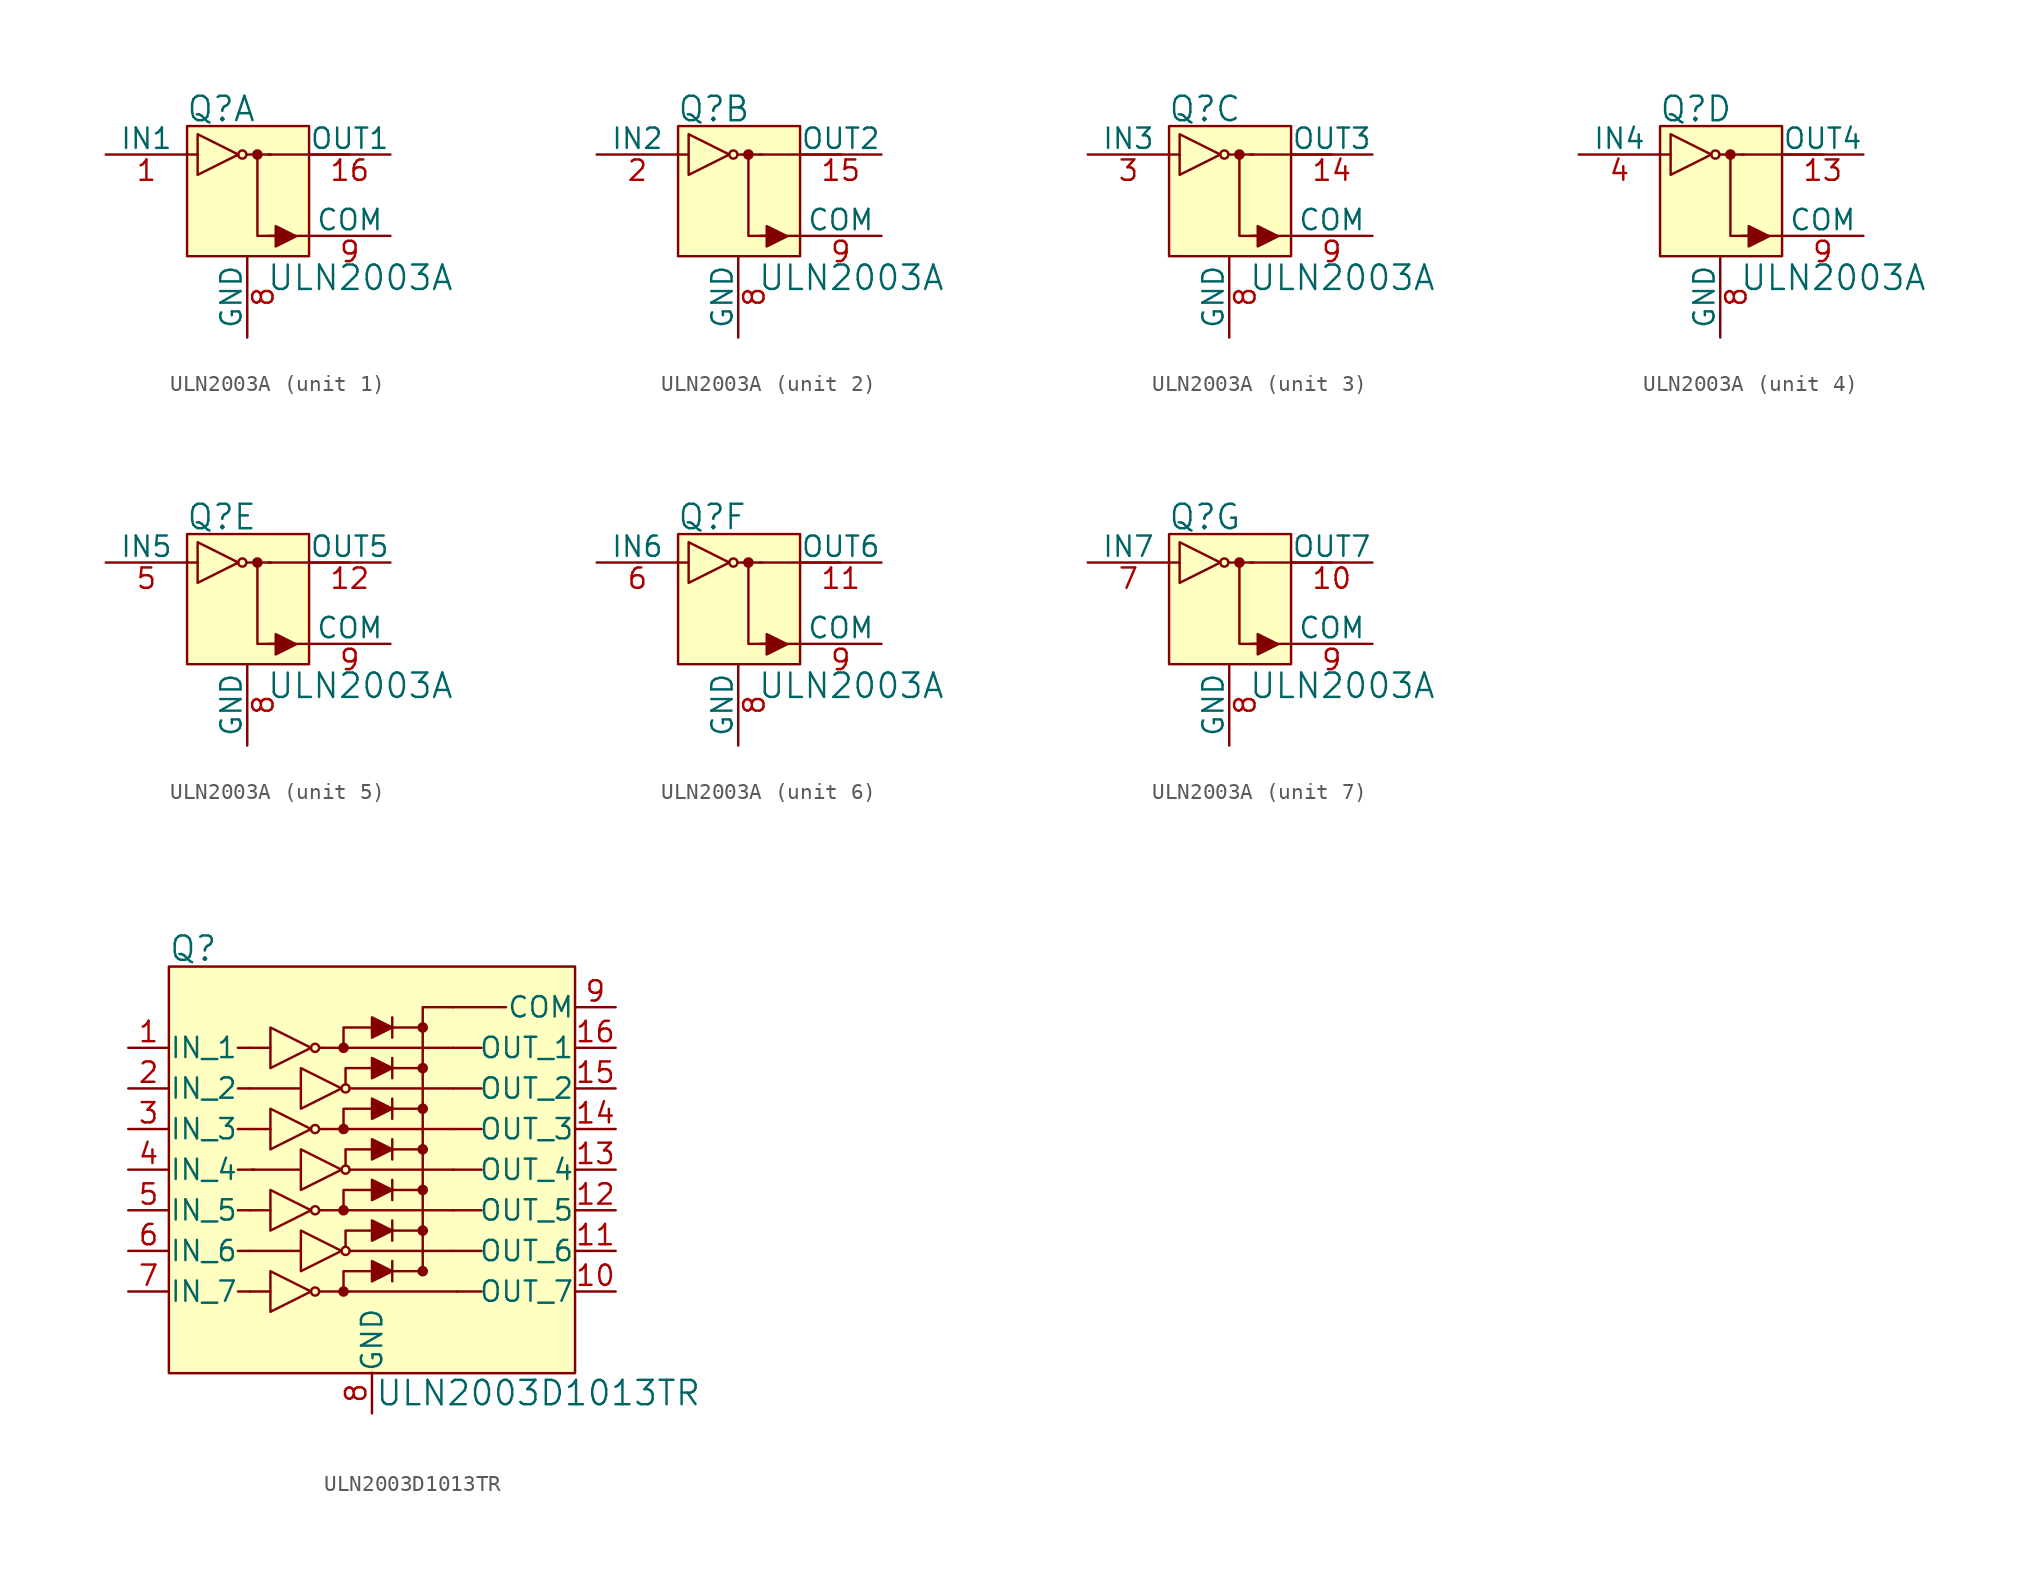
<source format=kicad_sym>
(kicad_symbol_lib
  (version 20220914)
  (generator kicad_symbol_editor)
  (symbol "ULN2003A"
    (pin_names
      (offset 0))
    (property "Reference" "Q"
      (at -3.835 5.41 0)
      (effects (font (size 1.524 1.524)) (justify left)))
    (property "Value" "ULN2003A"
      (at 1.194 -5.131 0)
      (effects (font (size 1.524 1.524)) (justify left)))
    (property "ki_locked" ""
      (at 0 0 0)
      (effects (font (size 1.27 1.27))))
    (symbol "ULN2003A_0_1"
      (rectangle (start -3.759 4.343) (end 3.861 -3.785) (stroke (width 0) (type default)) (fill (type background)))
      (circle (center -0.305 2.565) (radius 0.254) (stroke (width 0) (type default)) (fill (type none)))
      (polyline (pts (xy -3.785 2.565) (xy -3.099 2.565)) (stroke (width 0) (type default)) (fill (type none)))
      (polyline (pts (xy -0.051 2.565) (xy 1.473 2.565)) (stroke (width 0) (type default)) (fill (type none)))
      (polyline (pts (xy 1.321 2.565) (xy 6.401 2.565)) (stroke (width 0) (type default)) (fill (type none)))
      (polyline (pts (xy 3.861 -2.515) (xy 1.321 -2.515)) (stroke (width 0) (type default)) (fill (type none)))
      (polyline (pts (xy 2.159 -2.515) (xy 0.635 -2.515) (xy 0.635 2.565)) (stroke (width 0) (type default)) (fill (type none)))
      (polyline (pts (xy -3.099 3.835) (xy -3.099 1.295) (xy -0.559 2.565) (xy -3.099 3.835)) (stroke (width 0) (type default)) (fill (type none)))
      (polyline (pts (xy 1.778 -1.905) (xy 1.778 -3.175) (xy 3.048 -2.54) (xy 1.778 -1.905)) (stroke (width 0) (type default)) (fill (type outline)))
      (circle (center 0.635 2.565) (radius 0.254) (stroke (width 0) (type default)) (fill (type outline)))
      (pin power_in line (at 0 -8.865 90) (length 5.08) (name "GND" (effects (font (size 1.27 1.27)))) (number "8" (effects (font (size 1.27 1.27)))))
      (pin output line (at 8.941 -2.515 180) (length 5.08) (name "COM" (effects (font (size 1.27 1.27)))) (number "9" (effects (font (size 1.27 1.27))))))
    (symbol "ULN2003A_1_1"
      (pin input line (at -8.839 2.565 0) (length 5.08) (name "IN1" (effects (font (size 1.27 1.27)))) (number "1" (effects (font (size 1.27 1.27)))))
      (pin output line (at 8.941 2.565 180) (length 5.08) (name "OUT1" (effects (font (size 1.27 1.27)))) (number "16" (effects (font (size 1.27 1.27))))))
    (symbol "ULN2003A_2_1"
      (pin output line (at 8.941 2.565 180) (length 5.08) (name "OUT2" (effects (font (size 1.27 1.27)))) (number "15" (effects (font (size 1.27 1.27)))))
      (pin input line (at -8.839 2.565 0) (length 5.08) (name "IN2" (effects (font (size 1.27 1.27)))) (number "2" (effects (font (size 1.27 1.27))))))
    (symbol "ULN2003A_3_1"
      (pin output line (at 8.941 2.565 180) (length 5.08) (name "OUT3" (effects (font (size 1.27 1.27)))) (number "14" (effects (font (size 1.27 1.27)))))
      (pin input line (at -8.839 2.565 0) (length 5.08) (name "IN3" (effects (font (size 1.27 1.27)))) (number "3" (effects (font (size 1.27 1.27))))))
    (symbol "ULN2003A_4_1"
      (pin output line (at 8.941 2.565 180) (length 5.08) (name "OUT4" (effects (font (size 1.27 1.27)))) (number "13" (effects (font (size 1.27 1.27)))))
      (pin input line (at -8.839 2.565 0) (length 5.08) (name "IN4" (effects (font (size 1.27 1.27)))) (number "4" (effects (font (size 1.27 1.27))))))
    (symbol "ULN2003A_5_1"
      (pin output line (at 8.941 2.565 180) (length 5.08) (name "OUT5" (effects (font (size 1.27 1.27)))) (number "12" (effects (font (size 1.27 1.27)))))
      (pin input line (at -8.839 2.565 0) (length 5.08) (name "IN5" (effects (font (size 1.27 1.27)))) (number "5" (effects (font (size 1.27 1.27))))))
    (symbol "ULN2003A_6_1"
      (pin output line (at 8.941 2.565 180) (length 5.08) (name "OUT6" (effects (font (size 1.27 1.27)))) (number "11" (effects (font (size 1.27 1.27)))))
      (pin input line (at -8.839 2.565 0) (length 5.08) (name "IN6" (effects (font (size 1.27 1.27)))) (number "6" (effects (font (size 1.27 1.27))))))
    (symbol "ULN2003A_7_1"
      (pin output line (at 8.941 2.565 180) (length 5.08) (name "OUT7" (effects (font (size 1.27 1.27)))) (number "10" (effects (font (size 1.27 1.27)))))
      (pin input line (at -8.839 2.565 0) (length 5.08) (name "IN7" (effects (font (size 1.27 1.27)))) (number "7" (effects (font (size 1.27 1.27)))))))
  (symbol "ULN2003D1013TR"
    (pin_names
      (offset 0.025))
    (property "Reference" "Q"
      (at -12.725 13.818 0)
      (effects (font (size 1.524 1.524)) (justify left)))
    (property "Value" "ULN2003D1013TR"
      (at 0.178 -13.97 0)
      (effects (font (size 1.524 1.524)) (justify left)))
    (symbol "ULN2003D1013TR_0_1"
      (polyline (pts (xy -7.62 -7.62) (xy -8.382 -7.62)) (stroke (width 0) (type default)) (fill (type none)))
      (polyline (pts (xy -7.62 -5.08) (xy -8.382 -5.08)) (stroke (width 0) (type default)) (fill (type none)))
      (polyline (pts (xy -7.62 -2.54) (xy -8.382 -2.54)) (stroke (width 0) (type default)) (fill (type none)))
      (polyline (pts (xy -7.62 2.54) (xy -8.382 2.54)) (stroke (width 0) (type default)) (fill (type none)))
      (polyline (pts (xy -7.62 5.08) (xy -8.382 5.08)) (stroke (width 0) (type default)) (fill (type none)))
      (polyline (pts (xy -7.62 7.62) (xy -8.382 7.62)) (stroke (width 0) (type default)) (fill (type none)))
      (polyline (pts (xy -7.366 0) (xy -8.382 0)) (stroke (width 0) (type default)) (fill (type none)))
      (polyline (pts (xy 5.08 -5.08) (xy 6.858 -5.08)) (stroke (width 0) (type default)) (fill (type none)))
      (polyline (pts (xy 5.08 -2.54) (xy 6.858 -2.54)) (stroke (width 0) (type default)) (fill (type none)))
      (polyline (pts (xy 5.08 0) (xy 6.858 0)) (stroke (width 0) (type default)) (fill (type none)))
      (polyline (pts (xy 5.08 2.54) (xy 6.858 2.54)) (stroke (width 0) (type default)) (fill (type none)))
      (polyline (pts (xy 5.08 5.08) (xy 6.858 5.08)) (stroke (width 0) (type default)) (fill (type none)))
      (polyline (pts (xy 5.08 7.62) (xy 6.858 7.62)) (stroke (width 0) (type default)) (fill (type none)))
      (polyline (pts (xy 5.08 10.16) (xy 8.382 10.16)) (stroke (width 0) (type default)) (fill (type none)))
      (polyline (pts (xy 5.334 -7.62) (xy 6.858 -7.62)) (stroke (width 0) (type default)) (fill (type none))))
    (symbol "ULN2003D1013TR_1_1"
      (rectangle (start -12.7 12.7) (end 12.7 -12.725) (stroke (width 0) (type default)) (fill (type background)))
      (circle (center -3.556 -7.62) (radius 0.254) (stroke (width 0) (type default)) (fill (type none)))
      (circle (center -3.556 -2.54) (radius 0.254) (stroke (width 0) (type default)) (fill (type none)))
      (circle (center -3.556 2.54) (radius 0.254) (stroke (width 0) (type default)) (fill (type none)))
      (circle (center -3.556 7.62) (radius 0.254) (stroke (width 0) (type default)) (fill (type none)))
      (circle (center -1.778 -7.62) (radius 0.254) (stroke (width 0) (type default)) (fill (type outline)))
      (circle (center -1.778 -2.54) (radius 0.254) (stroke (width 0) (type default)) (fill (type outline)))
      (circle (center -1.778 2.54) (radius 0.254) (stroke (width 0) (type default)) (fill (type outline)))
      (circle (center -1.778 7.62) (radius 0.254) (stroke (width 0) (type default)) (fill (type outline)))
      (circle (center -1.651 -5.08) (radius 0.254) (stroke (width 0) (type default)) (fill (type none)))
      (circle (center -1.651 0) (radius 0.254) (stroke (width 0) (type default)) (fill (type none)))
      (circle (center -1.651 5.08) (radius 0.254) (stroke (width 0) (type default)) (fill (type none)))
      (polyline (pts (xy -7.62 -5.08) (xy -4.445 -5.08)) (stroke (width 0) (type default)) (fill (type none)))
      (polyline (pts (xy -7.62 5.08) (xy -4.445 5.08)) (stroke (width 0) (type default)) (fill (type none)))
      (polyline (pts (xy -7.493 0) (xy -4.445 0)) (stroke (width 0) (type default)) (fill (type none)))
      (polyline (pts (xy -6.35 -7.62) (xy -7.62 -7.62)) (stroke (width 0) (type default)) (fill (type none)))
      (polyline (pts (xy -6.35 -2.54) (xy -7.62 -2.54)) (stroke (width 0) (type default)) (fill (type none)))
      (polyline (pts (xy -6.35 2.54) (xy -7.62 2.54)) (stroke (width 0) (type default)) (fill (type none)))
      (polyline (pts (xy -6.35 7.62) (xy -7.62 7.62)) (stroke (width 0) (type default)) (fill (type none)))
      (polyline (pts (xy -3.302 -7.62) (xy 5.334 -7.62)) (stroke (width 0) (type default)) (fill (type none)))
      (polyline (pts (xy -3.302 -2.54) (xy 5.08 -2.54)) (stroke (width 0) (type default)) (fill (type none)))
      (polyline (pts (xy -3.302 2.54) (xy 5.08 2.54)) (stroke (width 0) (type default)) (fill (type none)))
      (polyline (pts (xy -3.302 7.62) (xy -3.048 7.62)) (stroke (width 0) (type default)) (fill (type none)))
      (polyline (pts (xy -3.048 7.62) (xy 5.08 7.62)) (stroke (width 0) (type default)) (fill (type none)))
      (polyline (pts (xy -1.397 -5.08) (xy 5.08 -5.08)) (stroke (width 0) (type default)) (fill (type none)))
      (polyline (pts (xy -1.397 0) (xy 5.08 0)) (stroke (width 0) (type default)) (fill (type none)))
      (polyline (pts (xy -1.397 5.08) (xy 5.08 5.08)) (stroke (width 0) (type default)) (fill (type none)))
      (polyline (pts (xy 1.27 -5.715) (xy 1.27 -6.985)) (stroke (width 0) (type default)) (fill (type none)))
      (polyline (pts (xy 1.27 -3.81) (xy 3.175 -3.81)) (stroke (width 0) (type default)) (fill (type none)))
      (polyline (pts (xy 1.27 -3.175) (xy 1.27 -4.445)) (stroke (width 0) (type default)) (fill (type none)))
      (polyline (pts (xy 1.27 -1.27) (xy 3.175 -1.27)) (stroke (width 0) (type default)) (fill (type none)))
      (polyline (pts (xy 1.27 -0.635) (xy 1.27 -1.905)) (stroke (width 0) (type default)) (fill (type none)))
      (polyline (pts (xy 1.27 1.27) (xy 3.175 1.27)) (stroke (width 0) (type default)) (fill (type none)))
      (polyline (pts (xy 1.27 1.905) (xy 1.27 0.635)) (stroke (width 0) (type default)) (fill (type none)))
      (polyline (pts (xy 1.27 3.81) (xy 3.175 3.81)) (stroke (width 0) (type default)) (fill (type none)))
      (polyline (pts (xy 1.27 4.445) (xy 1.27 3.175)) (stroke (width 0) (type default)) (fill (type none)))
      (polyline (pts (xy 1.27 6.35) (xy 3.175 6.35)) (stroke (width 0) (type default)) (fill (type none)))
      (polyline (pts (xy 1.27 6.985) (xy 1.27 5.715)) (stroke (width 0) (type default)) (fill (type none)))
      (polyline (pts (xy 1.27 8.89) (xy 3.175 8.89)) (stroke (width 0) (type default)) (fill (type none)))
      (polyline (pts (xy 1.27 9.525) (xy 1.27 8.255)) (stroke (width 0) (type default)) (fill (type none)))
      (polyline (pts (xy 3.175 -6.35) (xy 1.27 -6.35)) (stroke (width 0) (type default)) (fill (type none)))
      (polyline (pts (xy -1.778 -7.62) (xy -1.778 -6.35) (xy 0 -6.35)) (stroke (width 0) (type default)) (fill (type none)))
      (polyline (pts (xy -1.778 -2.54) (xy -1.778 -1.27) (xy 0 -1.27)) (stroke (width 0) (type default)) (fill (type none)))
      (polyline (pts (xy -1.778 2.54) (xy -1.778 3.81) (xy 0 3.81)) (stroke (width 0) (type default)) (fill (type none)))
      (polyline (pts (xy -1.651 -4.826) (xy -1.651 -3.81) (xy 0 -3.81)) (stroke (width 0) (type default)) (fill (type none)))
      (polyline (pts (xy -1.651 0.254) (xy -1.651 1.27) (xy 0.127 1.27)) (stroke (width 0) (type default)) (fill (type none)))
      (polyline (pts (xy -1.651 5.334) (xy -1.651 6.35) (xy 0.127 6.35)) (stroke (width 0) (type default)) (fill (type none)))
      (polyline (pts (xy 0 8.89) (xy -1.778 8.89) (xy -1.778 7.62)) (stroke (width 0) (type default)) (fill (type none)))
      (polyline (pts (xy 3.175 -6.35) (xy 3.175 10.16) (xy 5.08 10.16)) (stroke (width 0) (type default)) (fill (type none)))
      (polyline (pts (xy -6.35 -6.35) (xy -6.35 -8.89) (xy -3.81 -7.62) (xy -6.35 -6.35)) (stroke (width 0) (type default)) (fill (type none)))
      (polyline (pts (xy -6.35 -1.27) (xy -6.35 -3.81) (xy -3.81 -2.54) (xy -6.35 -1.27)) (stroke (width 0) (type default)) (fill (type none)))
      (polyline (pts (xy -6.35 3.81) (xy -6.35 1.27) (xy -3.81 2.54) (xy -6.35 3.81)) (stroke (width 0) (type default)) (fill (type none)))
      (polyline (pts (xy -6.35 8.89) (xy -6.35 6.35) (xy -3.81 7.62) (xy -6.35 8.89)) (stroke (width 0) (type default)) (fill (type none)))
      (polyline (pts (xy -4.445 -3.81) (xy -4.445 -6.35) (xy -1.905 -5.08) (xy -4.445 -3.81)) (stroke (width 0) (type default)) (fill (type none)))
      (polyline (pts (xy -4.445 1.27) (xy -4.445 -1.27) (xy -1.905 0) (xy -4.445 1.27)) (stroke (width 0) (type default)) (fill (type none)))
      (polyline (pts (xy -4.445 6.35) (xy -4.445 3.81) (xy -1.905 5.08) (xy -4.445 6.35)) (stroke (width 0) (type default)) (fill (type none)))
      (polyline (pts (xy 0 -5.715) (xy 0 -6.985) (xy 1.27 -6.35) (xy 0 -5.715)) (stroke (width 0) (type default)) (fill (type outline)))
      (polyline (pts (xy 0 -3.175) (xy 0 -4.445) (xy 1.27 -3.81) (xy 0 -3.175)) (stroke (width 0) (type default)) (fill (type outline)))
      (polyline (pts (xy 0 -0.635) (xy 0 -1.905) (xy 1.27 -1.27) (xy 0 -0.635)) (stroke (width 0) (type default)) (fill (type outline)))
      (polyline (pts (xy 0 1.905) (xy 0 0.635) (xy 1.27 1.27) (xy 0 1.905)) (stroke (width 0) (type default)) (fill (type outline)))
      (polyline (pts (xy 0 4.445) (xy 0 3.175) (xy 1.27 3.81) (xy 0 4.445)) (stroke (width 0) (type default)) (fill (type outline)))
      (polyline (pts (xy 0 6.985) (xy 0 5.715) (xy 1.27 6.35) (xy 0 6.985)) (stroke (width 0) (type default)) (fill (type outline)))
      (polyline (pts (xy 0 9.525) (xy 0 8.255) (xy 1.27 8.89) (xy 0 9.525)) (stroke (width 0) (type default)) (fill (type outline)))
      (circle (center 3.175 -6.35) (radius 0.254) (stroke (width 0) (type default)) (fill (type outline)))
      (circle (center 3.175 -3.81) (radius 0.254) (stroke (width 0) (type default)) (fill (type outline)))
      (circle (center 3.175 -1.27) (radius 0.254) (stroke (width 0) (type default)) (fill (type outline)))
      (circle (center 3.175 1.27) (radius 0.254) (stroke (width 0) (type default)) (fill (type outline)))
      (circle (center 3.175 3.81) (radius 0.254) (stroke (width 0) (type default)) (fill (type outline)))
      (circle (center 3.175 6.35) (radius 0.254) (stroke (width 0) (type default)) (fill (type outline)))
      (circle (center 3.175 8.89) (radius 0.254) (stroke (width 0) (type default)) (fill (type outline)))
      (pin input line (at -15.24 7.62 0) (length 2.54) (name "IN_1" (effects (font (size 1.27 1.27)))) (number "1" (effects (font (size 1.27 1.27)))))
      (pin output line (at 15.24 -7.62 180) (length 2.54) (name "OUT_7" (effects (font (size 1.27 1.27)))) (number "10" (effects (font (size 1.27 1.27)))))
      (pin output line (at 15.24 -5.08 180) (length 2.54) (name "OUT_6" (effects (font (size 1.27 1.27)))) (number "11" (effects (font (size 1.27 1.27)))))
      (pin output line (at 15.24 -2.54 180) (length 2.54) (name "OUT_5" (effects (font (size 1.27 1.27)))) (number "12" (effects (font (size 1.27 1.27)))))
      (pin output line (at 15.24 0 180) (length 2.54) (name "OUT_4" (effects (font (size 1.27 1.27)))) (number "13" (effects (font (size 1.27 1.27)))))
      (pin output line (at 15.24 2.54 180) (length 2.54) (name "OUT_3" (effects (font (size 1.27 1.27)))) (number "14" (effects (font (size 1.27 1.27)))))
      (pin output line (at 15.24 5.08 180) (length 2.54) (name "OUT_2" (effects (font (size 1.27 1.27)))) (number "15" (effects (font (size 1.27 1.27)))))
      (pin output line (at 15.24 7.62 180) (length 2.54) (name "OUT_1" (effects (font (size 1.27 1.27)))) (number "16" (effects (font (size 1.27 1.27)))))
      (pin input line (at -15.24 5.08 0) (length 2.54) (name "IN_2" (effects (font (size 1.27 1.27)))) (number "2" (effects (font (size 1.27 1.27)))))
      (pin input line (at -15.24 2.54 0) (length 2.54) (name "IN_3" (effects (font (size 1.27 1.27)))) (number "3" (effects (font (size 1.27 1.27)))))
      (pin input line (at -15.24 0 0) (length 2.54) (name "IN_4" (effects (font (size 1.27 1.27)))) (number "4" (effects (font (size 1.27 1.27)))))
      (pin input line (at -15.24 -2.54 0) (length 2.54) (name "IN_5" (effects (font (size 1.27 1.27)))) (number "5" (effects (font (size 1.27 1.27)))))
      (pin input line (at -15.24 -5.08 0) (length 2.54) (name "IN_6" (effects (font (size 1.27 1.27)))) (number "6" (effects (font (size 1.27 1.27)))))
      (pin input line (at -15.24 -7.62 0) (length 2.54) (name "IN_7" (effects (font (size 1.27 1.27)))) (number "7" (effects (font (size 1.27 1.27)))))
      (pin power_in line (at 0 -15.24 90) (length 2.54) (name "GND" (effects (font (size 1.27 1.27)))) (number "8" (effects (font (size 1.27 1.27)))))
      (pin output line (at 15.24 10.16 180) (length 2.54) (name "COM" (effects (font (size 1.27 1.27)))) (number "9" (effects (font (size 1.27 1.27))))))))
</source>
